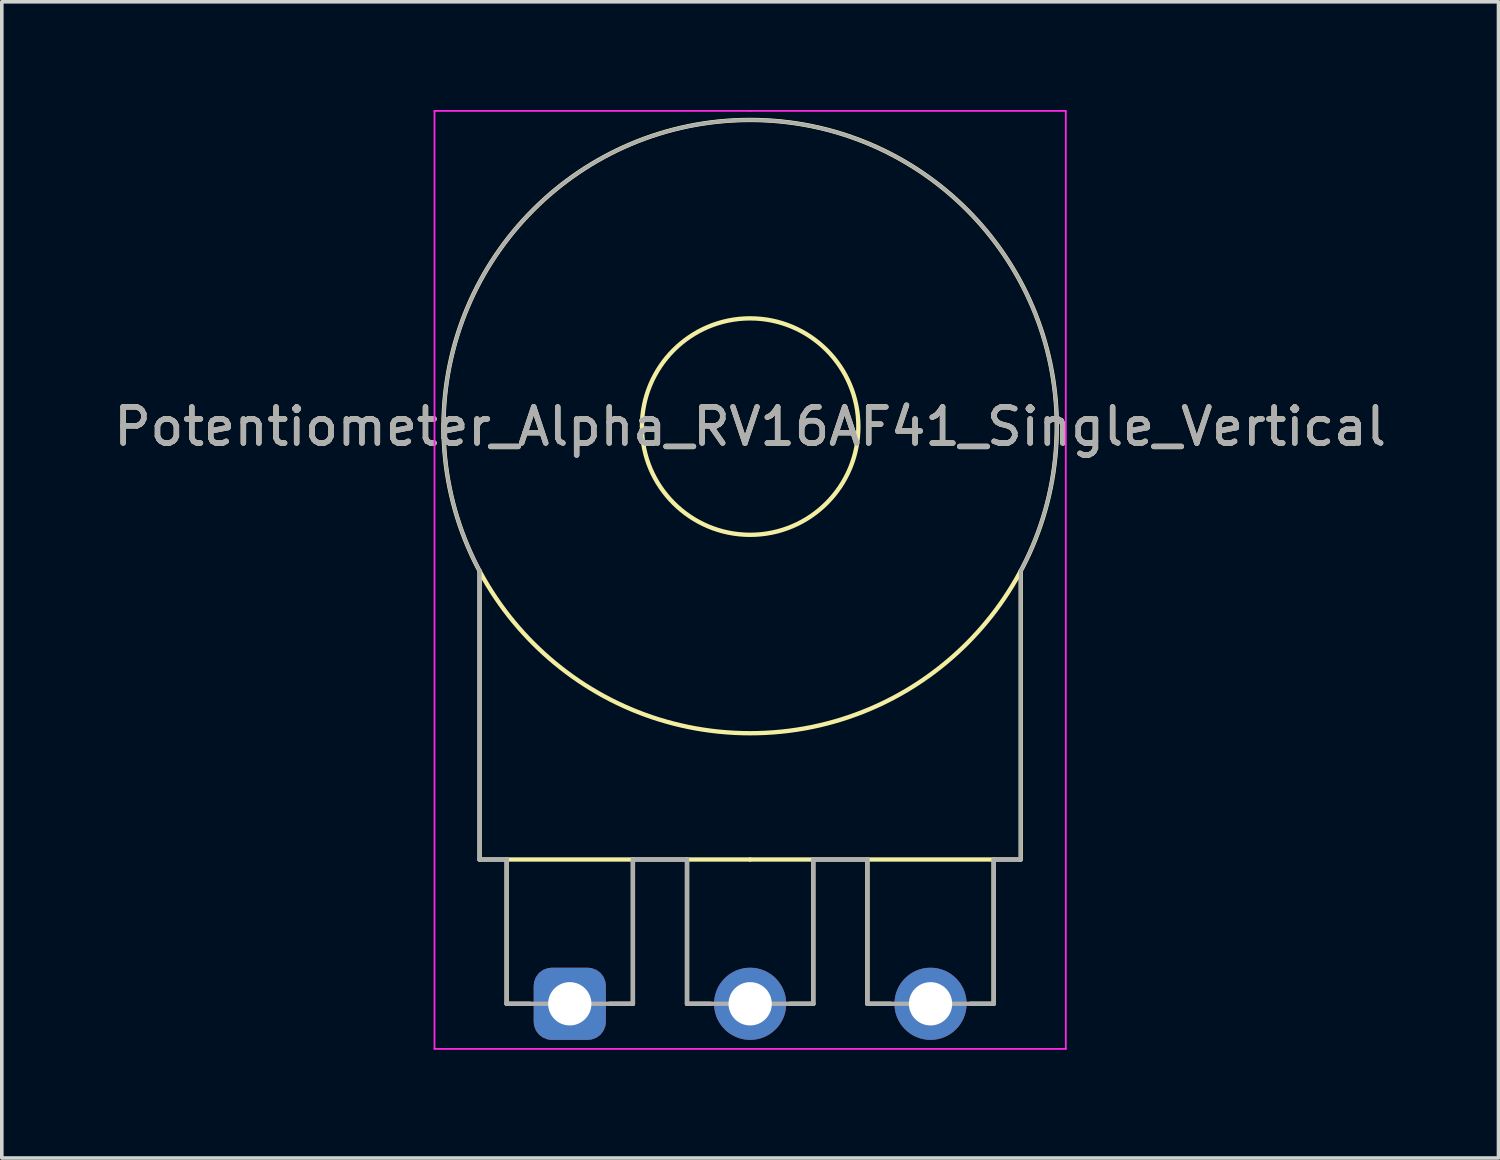
<source format=kicad_pcb>
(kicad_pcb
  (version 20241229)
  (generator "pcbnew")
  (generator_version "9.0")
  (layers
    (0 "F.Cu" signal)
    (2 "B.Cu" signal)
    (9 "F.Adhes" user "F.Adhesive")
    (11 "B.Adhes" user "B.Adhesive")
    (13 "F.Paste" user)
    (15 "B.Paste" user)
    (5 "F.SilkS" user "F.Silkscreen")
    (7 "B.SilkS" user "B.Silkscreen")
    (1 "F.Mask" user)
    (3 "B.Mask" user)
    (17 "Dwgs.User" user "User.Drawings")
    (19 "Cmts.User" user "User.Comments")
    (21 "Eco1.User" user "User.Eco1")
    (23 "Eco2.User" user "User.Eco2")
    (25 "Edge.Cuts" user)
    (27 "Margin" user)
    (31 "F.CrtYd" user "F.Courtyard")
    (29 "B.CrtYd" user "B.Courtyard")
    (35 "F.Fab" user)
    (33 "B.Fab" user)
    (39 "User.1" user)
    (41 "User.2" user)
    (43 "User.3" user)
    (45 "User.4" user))
  (footprint "Potentiometer_Alpha_RV16AF41_Single_Vertical"
    (layer "F.Cu")
    (at 12.744 24.775)
    (property "Reference" "Potentiometer_Alpha_RV16AF41_Single_Vertical" (at 5 -16 0) (layer "F.SilkS") (effects (font (size 1 1) (thickness 0.15))))
    (attr through_hole)
    (fp_line (start -2.5 -4) (end -2.5 -12) (stroke (width 0.12) (type solid)) (layer "F.SilkS"))
    (fp_line (start -1.75 -4) (end -1.75 0) (stroke (width 0.12) (type solid)) (layer "F.SilkS"))
    (fp_line (start -1.75 0) (end -1.1 0) (stroke (width 0.12) (type solid)) (layer "F.SilkS"))
    (fp_line (start 1.75 -4) (end 1.75 0) (stroke (width 0.12) (type solid)) (layer "F.SilkS"))
    (fp_line (start 1.75 0) (end 1.1 0) (stroke (width 0.12) (type solid)) (layer "F.SilkS"))
    (fp_line (start 3.25 -4) (end 3.25 0) (stroke (width 0.12) (type solid)) (layer "F.SilkS"))
    (fp_line (start 3.25 0) (end 3.9 0) (stroke (width 0.12) (type solid)) (layer "F.SilkS"))
    (fp_line (start 5 -4) (end -2.5 -4) (stroke (width 0.12) (type solid)) (layer "F.SilkS"))
    (fp_line (start 5 -4) (end 12.5 -4) (stroke (width 0.12) (type solid)) (layer "F.SilkS"))
    (fp_line (start 6.75 -4) (end 6.75 0) (stroke (width 0.12) (type solid)) (layer "F.SilkS"))
    (fp_line (start 6.75 0) (end 6.1 0) (stroke (width 0.12) (type solid)) (layer "F.SilkS"))
    (fp_line (start 8.25 -4) (end 8.25 0) (stroke (width 0.12) (type solid)) (layer "F.SilkS"))
    (fp_line (start 8.25 0) (end 8.9 0) (stroke (width 0.12) (type solid)) (layer "F.SilkS"))
    (fp_line (start 11.75 -4) (end 11.75 0) (stroke (width 0.12) (type solid)) (layer "F.SilkS"))
    (fp_line (start 11.75 0) (end 11.1 0) (stroke (width 0.12) (type solid)) (layer "F.SilkS"))
    (fp_line (start 12.5 -4) (end 12.5 -12) (stroke (width 0.12) (type solid)) (layer "F.SilkS"))
    (fp_circle (center 5 -16) (end -3.5 -16) (stroke (width 0.12) (type solid)) (fill no) (layer "F.SilkS"))
    (fp_circle (center 5 -16) (end 2 -16) (stroke (width 0.12) (type solid)) (fill no) (layer "F.SilkS"))
    (fp_line (start -3.75 -24.75) (end 5 -24.75) (stroke (width 0.05) (type solid)) (layer "F.CrtYd"))
    (fp_line (start -3.75 1.25) (end -3.75 -24.75) (stroke (width 0.05) (type solid)) (layer "F.CrtYd"))
    (fp_line (start 5 -24.75) (end 13.75 -24.75) (stroke (width 0.05) (type solid)) (layer "F.CrtYd"))
    (fp_line (start 13.75 -24.75) (end 13.75 1.25) (stroke (width 0.05) (type solid)) (layer "F.CrtYd"))
    (fp_line (start 13.75 1.25) (end -3.75 1.25) (stroke (width 0.05) (type solid)) (layer "F.CrtYd"))
    (fp_line (start -2.503 -12.006) (end -2.503 -4) (stroke (width 0.12) (type solid)) (layer "F.Fab"))
    (fp_line (start -2.503 -4) (end -1.75 -4) (stroke (width 0.12) (type solid)) (layer "F.Fab"))
    (fp_line (start -1.75 -4) (end -1.75 0) (stroke (width 0.12) (type solid)) (layer "F.Fab"))
    (fp_line (start -1.75 0) (end 1.75 0) (stroke (width 0.12) (type solid)) (layer "F.Fab"))
    (fp_line (start 1.75 -4) (end 3.25 -4) (stroke (width 0.12) (type solid)) (layer "F.Fab"))
    (fp_line (start 1.75 0) (end 1.75 -4) (stroke (width 0.12) (type solid)) (layer "F.Fab"))
    (fp_line (start 3.25 -4) (end 3.25 0) (stroke (width 0.12) (type solid)) (layer "F.Fab"))
    (fp_line (start 3.25 0) (end 6.75 0) (stroke (width 0.12) (type solid)) (layer "F.Fab"))
    (fp_line (start 6.75 -4) (end 8.25 -4) (stroke (width 0.12) (type solid)) (layer "F.Fab"))
    (fp_line (start 6.75 0) (end 6.75 -4) (stroke (width 0.12) (type solid)) (layer "F.Fab"))
    (fp_line (start 8.25 -4) (end 8.25 0) (stroke (width 0.12) (type solid)) (layer "F.Fab"))
    (fp_line (start 8.25 0) (end 11.75 0) (stroke (width 0.12) (type solid)) (layer "F.Fab"))
    (fp_line (start 11.75 -4) (end 12.5 -4) (stroke (width 0.12) (type solid)) (layer "F.Fab"))
    (fp_line (start 11.75 0) (end 11.75 -4) (stroke (width 0.12) (type solid)) (layer "F.Fab"))
    (fp_line (start 12.5 -4) (end 12.5 -12) (stroke (width 0.1) (type solid)) (layer "F.Fab"))
    (fp_arc (start -2.503137 -12.005888) (mid 5.003336 -24.499999) (end 12.5 -12) (stroke (width 0.1) (type solid)) (layer "F.Fab"))
    (fp_text user "${REFERENCE}" (at 5 -16 0) (layer "F.Fab") (effects (font (size 1 1) (thickness 0.15))))
    (pad "1" thru_hole roundrect (at 0 0) (size 2 2) (drill 1.2) (layers "*.Cu" "*.Mask") (roundrect_rratio 0.25))
    (pad "2" thru_hole circle (at 5 0) (size 2 2) (drill 1.2) (layers "*.Cu" "*.Mask"))
    (pad "3" thru_hole circle (at 10 0) (size 2 2) (drill 1.2) (layers "*.Cu" "*.Mask")))
  (gr_rect
    (start -3 -3)
    (end 38.488 29.05)
    (stroke (width 0.1) (type default))
    (fill no)
    (layer "Edge.Cuts")))
</source>
